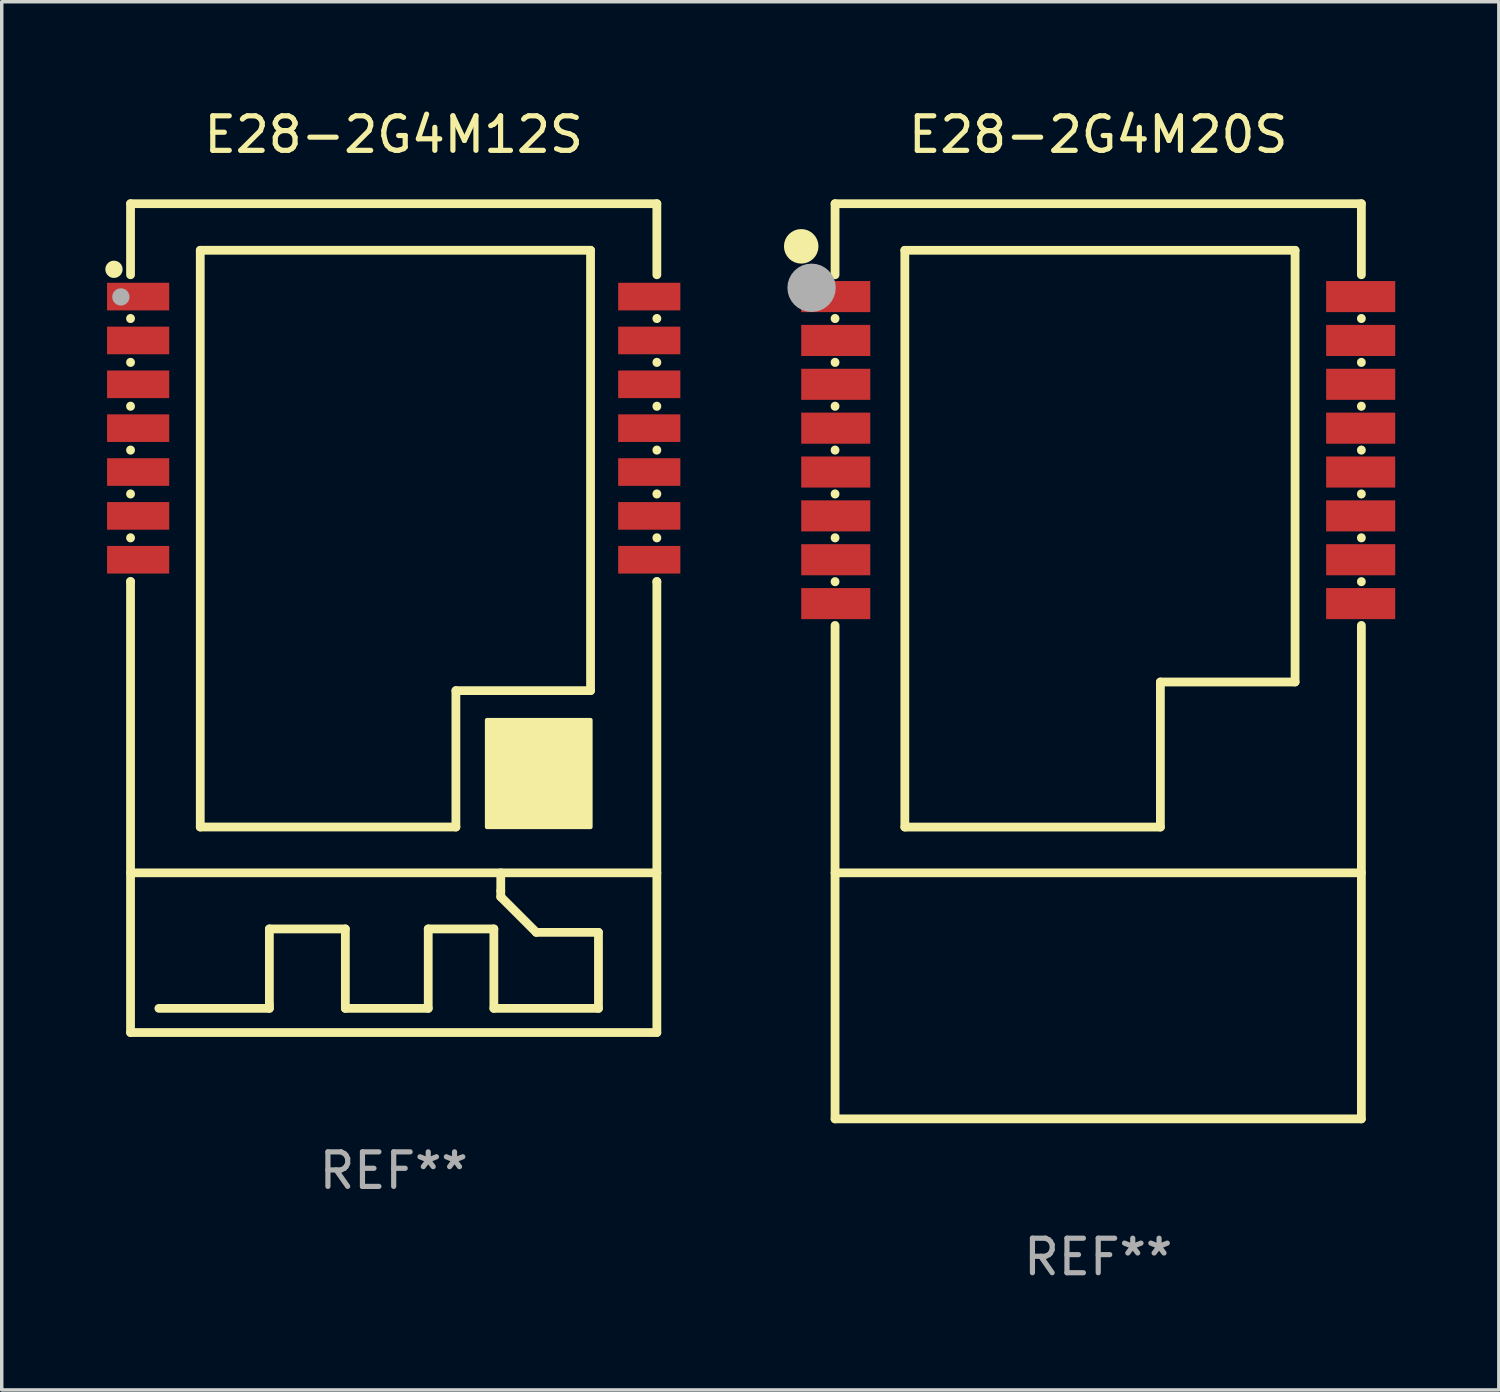
<source format=kicad_pcb>
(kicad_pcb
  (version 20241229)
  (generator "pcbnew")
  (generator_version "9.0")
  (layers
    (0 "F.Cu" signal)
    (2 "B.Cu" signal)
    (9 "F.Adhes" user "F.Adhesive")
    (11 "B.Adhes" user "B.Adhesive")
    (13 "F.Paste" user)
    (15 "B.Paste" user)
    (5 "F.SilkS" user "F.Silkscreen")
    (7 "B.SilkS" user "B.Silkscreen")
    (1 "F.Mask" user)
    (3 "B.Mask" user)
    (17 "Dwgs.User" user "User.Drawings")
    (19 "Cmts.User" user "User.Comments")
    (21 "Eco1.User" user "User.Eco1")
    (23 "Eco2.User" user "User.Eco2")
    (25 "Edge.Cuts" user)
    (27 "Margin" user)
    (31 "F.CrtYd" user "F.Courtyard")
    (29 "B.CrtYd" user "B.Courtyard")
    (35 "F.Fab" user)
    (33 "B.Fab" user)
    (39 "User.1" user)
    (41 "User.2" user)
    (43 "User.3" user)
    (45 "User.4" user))
  (footprint "E28-2G4M20S"
    (layer "F.Cu")
    (at 28.75 16.098)
    (property "Reference" "E28-2G4M20S" (at 0 -15.25 0) (layer "F.SilkS") (effects (font (size 1 1) (thickness 0.15))))
    (attr through_hole)
    (fp_line (start -7.62 -13.25) (end -7.62 -11.191) (stroke (width 0.254) (type solid)) (layer "F.SilkS"))
    (fp_line (start -7.62 -13.25) (end 7.62 -13.25) (stroke (width 0.254) (type solid)) (layer "F.SilkS"))
    (fp_line (start -7.62 -9.929) (end -7.62 -9.921) (stroke (width 0.254) (type solid)) (layer "F.SilkS"))
    (fp_line (start -7.62 -8.659) (end -7.62 -8.651) (stroke (width 0.254) (type solid)) (layer "F.SilkS"))
    (fp_line (start -7.62 -7.389) (end -7.62 -7.381) (stroke (width 0.254) (type solid)) (layer "F.SilkS"))
    (fp_line (start -7.62 -6.119) (end -7.62 -6.111) (stroke (width 0.254) (type solid)) (layer "F.SilkS"))
    (fp_line (start -7.62 -4.849) (end -7.62 -4.841) (stroke (width 0.254) (type solid)) (layer "F.SilkS"))
    (fp_line (start -7.62 -3.579) (end -7.62 -3.571) (stroke (width 0.254) (type solid)) (layer "F.SilkS"))
    (fp_line (start -7.62 -2.309) (end -7.62 -2.301) (stroke (width 0.254) (type solid)) (layer "F.SilkS"))
    (fp_line (start -7.62 -1.039) (end -7.62 13.25) (stroke (width 0.254) (type solid)) (layer "F.SilkS"))
    (fp_line (start -7.62 6.126) (end 7.62 6.126) (stroke (width 0.254) (type solid)) (layer "F.SilkS"))
    (fp_line (start -7.62 13.25) (end 7.62 13.25) (stroke (width 0.254) (type solid)) (layer "F.SilkS"))
    (fp_line (start -5.6 -11.9) (end 5.7 -11.9) (stroke (width 0.254) (type solid)) (layer "F.SilkS"))
    (fp_line (start -5.6 4.8) (end -5.6 -11.9) (stroke (width 0.254) (type solid)) (layer "F.SilkS"))
    (fp_line (start 1.8 0.6) (end 1.8 4.8) (stroke (width 0.254) (type solid)) (layer "F.SilkS"))
    (fp_line (start 1.8 4.8) (end -5.6 4.8) (stroke (width 0.254) (type solid)) (layer "F.SilkS"))
    (fp_line (start 5.7 -11.9) (end 5.7 0.6) (stroke (width 0.254) (type solid)) (layer "F.SilkS"))
    (fp_line (start 5.7 0.6) (end 1.8 0.6) (stroke (width 0.254) (type solid)) (layer "F.SilkS"))
    (fp_line (start 7.62 -13.25) (end 7.62 -11.191) (stroke (width 0.254) (type solid)) (layer "F.SilkS"))
    (fp_line (start 7.62 -9.929) (end 7.62 -9.921) (stroke (width 0.254) (type solid)) (layer "F.SilkS"))
    (fp_line (start 7.62 -8.659) (end 7.62 -8.651) (stroke (width 0.254) (type solid)) (layer "F.SilkS"))
    (fp_line (start 7.62 -7.389) (end 7.62 -7.381) (stroke (width 0.254) (type solid)) (layer "F.SilkS"))
    (fp_line (start 7.62 -6.119) (end 7.62 -6.111) (stroke (width 0.254) (type solid)) (layer "F.SilkS"))
    (fp_line (start 7.62 -4.849) (end 7.62 -4.841) (stroke (width 0.254) (type solid)) (layer "F.SilkS"))
    (fp_line (start 7.62 -3.579) (end 7.62 -3.571) (stroke (width 0.254) (type solid)) (layer "F.SilkS"))
    (fp_line (start 7.62 -2.309) (end 7.62 -2.301) (stroke (width 0.254) (type solid)) (layer "F.SilkS"))
    (fp_line (start 7.62 -1.039) (end 7.62 13.25) (stroke (width 0.254) (type solid)) (layer "F.SilkS"))
    (fp_circle (center -8.6 -12.015) (end -8.35 -12.015) (stroke (width 0.5) (type solid)) (fill no) (layer "F.SilkS"))
    (fp_circle (center -7.5 -13.265) (end -7.47 -13.265) (stroke (width 0.06) (type solid)) (fill no) (layer "F.SilkS"))
    (fp_circle (center -8.3 -10.815) (end -7.95 -10.815) (stroke (width 0.7) (type solid)) (fill no) (layer "F.Fab"))
    (fp_text user "REF**" (at 0 17.25 0) (layer "F.Fab") (effects (font (size 1 1) (thickness 0.15))))
    (pad "1" smd rect (at -7.6 -10.56) (size 2 0.9) (layers "F.Cu" "F.Mask" "F.Paste"))
    (pad "2" smd rect (at -7.6 -9.29) (size 2 0.9) (layers "F.Cu" "F.Mask" "F.Paste"))
    (pad "3" smd rect (at -7.6 -8.02) (size 2 0.9) (layers "F.Cu" "F.Mask" "F.Paste"))
    (pad "4" smd rect (at -7.6 -6.75) (size 2 0.9) (layers "F.Cu" "F.Mask" "F.Paste"))
    (pad "5" smd rect (at -7.6 -5.48) (size 2 0.9) (layers "F.Cu" "F.Mask" "F.Paste"))
    (pad "6" smd rect (at -7.6 -4.21) (size 2 0.9) (layers "F.Cu" "F.Mask" "F.Paste"))
    (pad "7" smd rect (at -7.6 -2.94) (size 2 0.9) (layers "F.Cu" "F.Mask" "F.Paste"))
    (pad "8" smd rect (at -7.6 -1.67) (size 2 0.9) (layers "F.Cu" "F.Mask" "F.Paste"))
    (pad "9" smd rect (at 7.6 -1.67) (size 2 0.9) (layers "F.Cu" "F.Mask" "F.Paste"))
    (pad "10" smd rect (at 7.6 -2.94) (size 2 0.9) (layers "F.Cu" "F.Mask" "F.Paste"))
    (pad "11" smd rect (at 7.6 -4.21) (size 2 0.9) (layers "F.Cu" "F.Mask" "F.Paste"))
    (pad "12" smd rect (at 7.6 -5.48) (size 2 0.9) (layers "F.Cu" "F.Mask" "F.Paste"))
    (pad "13" smd rect (at 7.6 -6.75) (size 2 0.9) (layers "F.Cu" "F.Mask" "F.Paste"))
    (pad "14" smd rect (at 7.6 -8.02) (size 2 0.9) (layers "F.Cu" "F.Mask" "F.Paste"))
    (pad "15" smd rect (at 7.6 -9.29) (size 2 0.9) (layers "F.Cu" "F.Mask" "F.Paste"))
    (pad "16" smd rect (at 7.6 -10.56) (size 2 0.9) (layers "F.Cu" "F.Mask" "F.Paste")))
  (footprint "E28-2G4M12S"
    (layer "F.Cu")
    (at 8.35 14.848)
    (property "Reference" "E28-2G4M12S" (at 0 -14 0) (layer "F.SilkS") (effects (font (size 1 1) (thickness 0.15))))
    (attr through_hole)
    (fp_line (start -7.62 -12) (end -7.62 -9.941) (stroke (width 0.254) (type solid)) (layer "F.SilkS"))
    (fp_line (start -7.62 -12) (end 7.62 -12) (stroke (width 0.254) (type solid)) (layer "F.SilkS"))
    (fp_line (start -7.62 -8.679) (end -7.62 -8.671) (stroke (width 0.254) (type solid)) (layer "F.SilkS"))
    (fp_line (start -7.62 -7.409) (end -7.62 -7.401) (stroke (width 0.254) (type solid)) (layer "F.SilkS"))
    (fp_line (start -7.62 -6.139) (end -7.62 -6.131) (stroke (width 0.254) (type solid)) (layer "F.SilkS"))
    (fp_line (start -7.62 -4.869) (end -7.62 -4.861) (stroke (width 0.254) (type solid)) (layer "F.SilkS"))
    (fp_line (start -7.62 -3.599) (end -7.62 -3.591) (stroke (width 0.254) (type solid)) (layer "F.SilkS"))
    (fp_line (start -7.62 -2.329) (end -7.62 -2.321) (stroke (width 0.254) (type solid)) (layer "F.SilkS"))
    (fp_line (start -7.62 -1.059) (end -7.62 -1.051) (stroke (width 0.254) (type solid)) (layer "F.SilkS"))
    (fp_line (start -7.62 7.376) (end 7.62 7.376) (stroke (width 0.254) (type solid)) (layer "F.SilkS"))
    (fp_line (start -7.62 12) (end -7.62 -1.059) (stroke (width 0.254) (type solid)) (layer "F.SilkS"))
    (fp_line (start -7.62 12) (end 7.62 12) (stroke (width 0.254) (type solid)) (layer "F.SilkS"))
    (fp_line (start -5.601 -10.651) (end 5.7 -10.651) (stroke (width 0.254) (type solid)) (layer "F.SilkS"))
    (fp_line (start -5.601 6.049) (end -5.601 -10.651) (stroke (width 0.254) (type solid)) (layer "F.SilkS"))
    (fp_line (start -3.6 9) (end -3.6 11.2) (stroke (width 0.254) (type solid)) (layer "F.SilkS"))
    (fp_line (start -3.6 11.2) (end -3.6 11.3) (stroke (width 0.254) (type solid)) (layer "F.SilkS"))
    (fp_line (start -3.6 11.3) (end -6.8 11.3) (stroke (width 0.254) (type solid)) (layer "F.SilkS"))
    (fp_line (start -1.4 9) (end -3.6 9) (stroke (width 0.254) (type solid)) (layer "F.SilkS"))
    (fp_line (start -1.4 11.3) (end -1.4 9) (stroke (width 0.254) (type solid)) (layer "F.SilkS"))
    (fp_line (start 1 9) (end 1 11.3) (stroke (width 0.254) (type solid)) (layer "F.SilkS"))
    (fp_line (start 1 11.3) (end -1.4 11.3) (stroke (width 0.254) (type solid)) (layer "F.SilkS"))
    (fp_line (start 1.801 2.1) (end 1.801 6.049) (stroke (width 0.254) (type solid)) (layer "F.SilkS"))
    (fp_line (start 1.801 6.049) (end -5.601 6.049) (stroke (width 0.254) (type solid)) (layer "F.SilkS"))
    (fp_line (start 2.9 9) (end 1 9) (stroke (width 0.254) (type solid)) (layer "F.SilkS"))
    (fp_line (start 2.9 11.3) (end 2.9 9) (stroke (width 0.254) (type solid)) (layer "F.SilkS"))
    (fp_line (start 3.1 7.9) (end 3.1 7.376) (stroke (width 0.254) (type solid)) (layer "F.SilkS"))
    (fp_line (start 3.1 7.9) (end 3.1 8.071) (stroke (width 0.254) (type solid)) (layer "F.SilkS"))
    (fp_line (start 3.1 8.071) (end 4.129 9.1) (stroke (width 0.254) (type solid)) (layer "F.SilkS"))
    (fp_line (start 4.129 9.1) (end 5.929 9.1) (stroke (width 0.254) (type solid)) (layer "F.SilkS"))
    (fp_line (start 5.7 -10.651) (end 5.7 2.1) (stroke (width 0.254) (type solid)) (layer "F.SilkS"))
    (fp_line (start 5.7 2.1) (end 1.801 2.1) (stroke (width 0.254) (type solid)) (layer "F.SilkS"))
    (fp_line (start 5.929 9.1) (end 5.929 11.3) (stroke (width 0.254) (type solid)) (layer "F.SilkS"))
    (fp_line (start 5.929 11.3) (end 2.9 11.3) (stroke (width 0.254) (type solid)) (layer "F.SilkS"))
    (fp_line (start 7.62 -12) (end 7.62 -9.941) (stroke (width 0.254) (type solid)) (layer "F.SilkS"))
    (fp_line (start 7.62 -8.679) (end 7.62 -8.671) (stroke (width 0.254) (type solid)) (layer "F.SilkS"))
    (fp_line (start 7.62 -7.409) (end 7.62 -7.401) (stroke (width 0.254) (type solid)) (layer "F.SilkS"))
    (fp_line (start 7.62 -6.139) (end 7.62 -6.131) (stroke (width 0.254) (type solid)) (layer "F.SilkS"))
    (fp_line (start 7.62 -4.869) (end 7.62 -4.861) (stroke (width 0.254) (type solid)) (layer "F.SilkS"))
    (fp_line (start 7.62 -3.599) (end 7.62 -3.591) (stroke (width 0.254) (type solid)) (layer "F.SilkS"))
    (fp_line (start 7.62 -2.329) (end 7.62 -2.321) (stroke (width 0.254) (type solid)) (layer "F.SilkS"))
    (fp_line (start 7.62 -1.059) (end 7.62 -1.051) (stroke (width 0.254) (type solid)) (layer "F.SilkS"))
    (fp_line (start 7.62 12) (end 7.62 -1.059) (stroke (width 0.254) (type solid)) (layer "F.SilkS"))
    (fp_circle (center -8.1 -10.1) (end -7.975 -10.1) (stroke (width 0.25) (type solid)) (fill no) (layer "F.SilkS"))
    (fp_circle (center -7.5 -12) (end -7.47 -12) (stroke (width 0.06) (type solid)) (fill no) (layer "F.SilkS"))
    (fp_poly (pts (xy 2.7 2.95) (xy 5.7 2.95) (xy 5.7 6.05) (xy 2.7 6.05)) (stroke (width 0.12) (type solid)) (fill yes) (layer "F.SilkS"))
    (fp_circle (center -7.9 -9.3) (end -7.775 -9.3) (stroke (width 0.25) (type solid)) (fill no) (layer "F.Fab"))
    (fp_text user "REF**" (at 0 16 0) (layer "F.Fab") (effects (font (size 1 1) (thickness 0.15))))
    (pad "1" smd rect (at -7.4 -9.31 90) (size 0.8 1.8) (layers "F.Cu" "F.Mask" "F.Paste"))
    (pad "2" smd rect (at -7.4 -8.04 90) (size 0.8 1.8) (layers "F.Cu" "F.Mask" "F.Paste"))
    (pad "3" smd rect (at -7.4 -6.77 90) (size 0.8 1.8) (layers "F.Cu" "F.Mask" "F.Paste"))
    (pad "4" smd rect (at -7.4 -5.5 90) (size 0.8 1.8) (layers "F.Cu" "F.Mask" "F.Paste"))
    (pad "5" smd rect (at -7.4 -4.23 90) (size 0.8 1.8) (layers "F.Cu" "F.Mask" "F.Paste"))
    (pad "6" smd rect (at -7.4 -2.96 90) (size 0.8 1.8) (layers "F.Cu" "F.Mask" "F.Paste"))
    (pad "7" smd rect (at -7.4 -1.69 90) (size 0.8 1.8) (layers "F.Cu" "F.Mask" "F.Paste"))
    (pad "8" smd rect (at 7.4 -1.69 90) (size 0.8 1.8) (layers "F.Cu" "F.Mask" "F.Paste"))
    (pad "9" smd rect (at 7.4 -2.96 90) (size 0.8 1.8) (layers "F.Cu" "F.Mask" "F.Paste"))
    (pad "10" smd rect (at 7.4 -4.23 90) (size 0.8 1.8) (layers "F.Cu" "F.Mask" "F.Paste"))
    (pad "11" smd rect (at 7.4 -5.5 90) (size 0.8 1.8) (layers "F.Cu" "F.Mask" "F.Paste"))
    (pad "12" smd rect (at 7.4 -6.77 90) (size 0.8 1.8) (layers "F.Cu" "F.Mask" "F.Paste"))
    (pad "13" smd rect (at 7.4 -8.04 90) (size 0.8 1.8) (layers "F.Cu" "F.Mask" "F.Paste"))
    (pad "14" smd rect (at 7.4 -9.31 90) (size 0.8 1.8) (layers "F.Cu" "F.Mask" "F.Paste")))
  (gr_rect
    (start -3 -3)
    (end 40.35 37.197)
    (stroke (width 0.1) (type default))
    (fill no)
    (layer "Edge.Cuts")))
</source>
